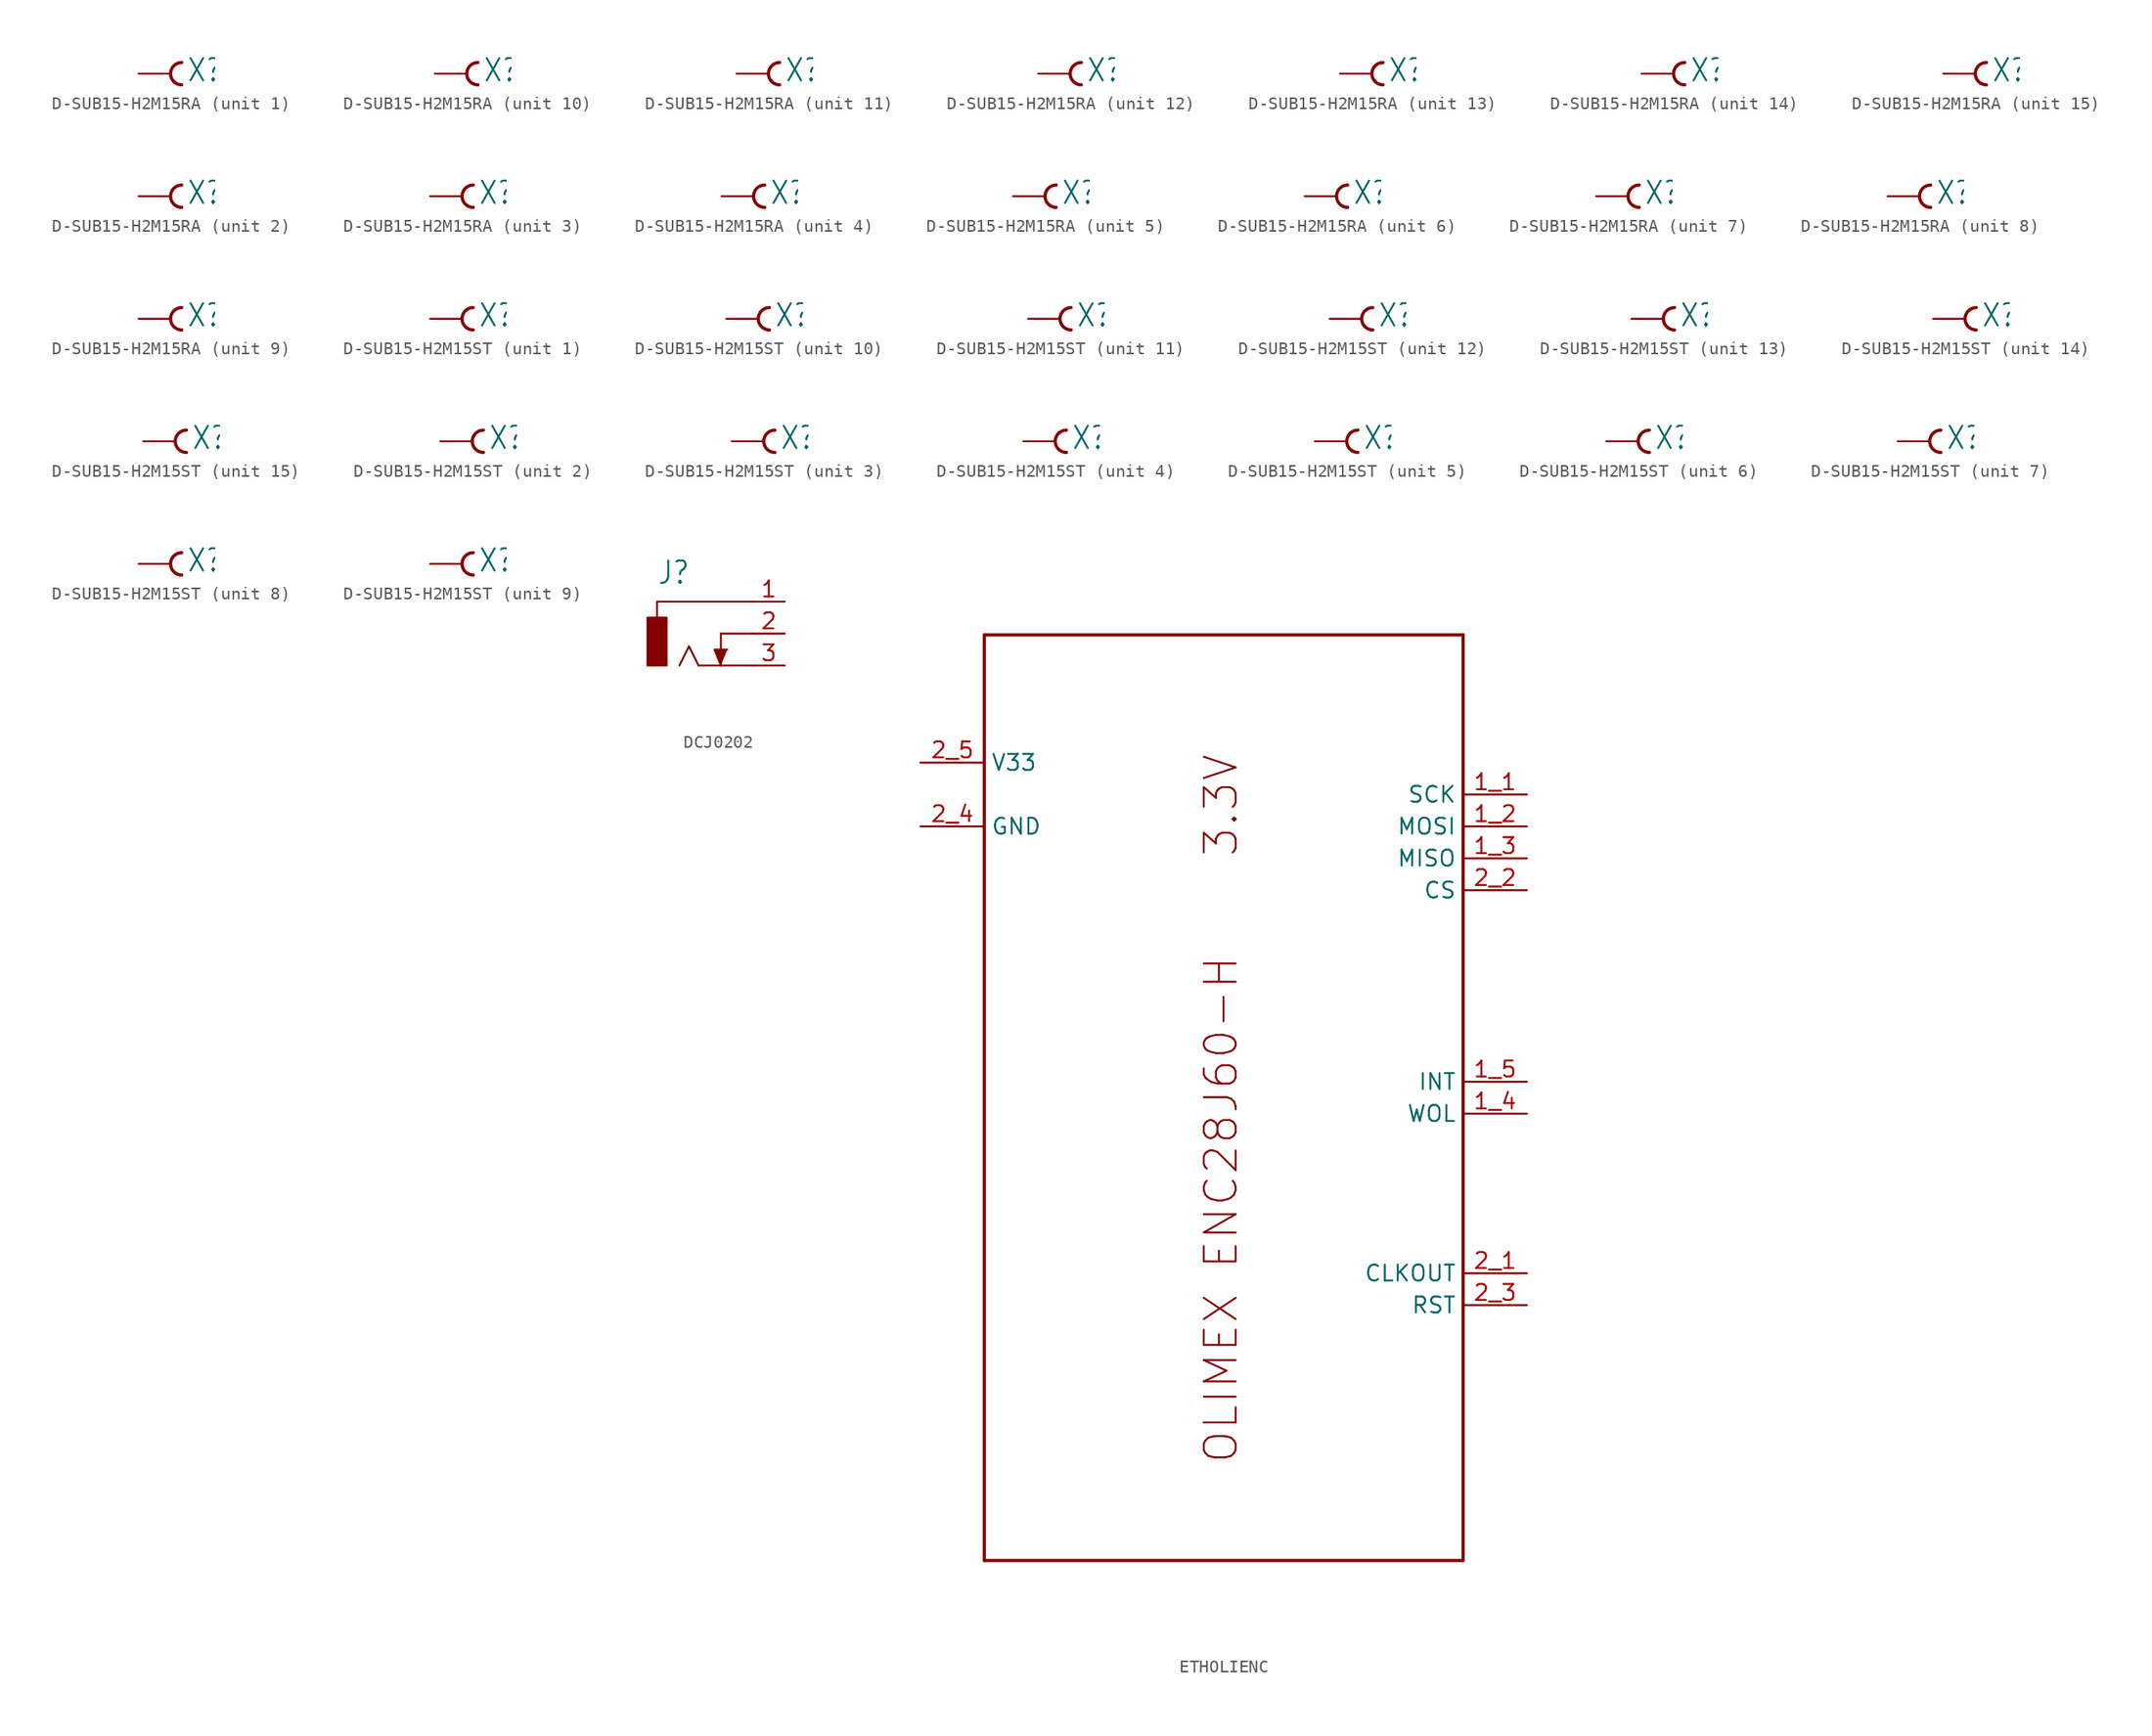
<source format=kicad_sym>
(kicad_symbol_lib
  (version 20220914)
  (generator kicad_symbol_editor)
  (symbol "D-SUB15-H2M15RA"
    (property "Reference" "X"
      (at 1.27 -0.762 0)
      (effects (font (size 1.778 1.511)) (justify left bottom)))
    (property "ki_locked" ""
      (at 0 0 0)
      (effects (font (size 1.27 1.27))))
    (symbol "D-SUB15-H2M15RA_1_0"
      (arc (start 0.889 0.889) (mid 0 0) (end 0.889 -0.889) (stroke (width 0.254) (type solid)) (fill (type none)))
      (pin passive line (at -2.54 0 0) (length 2.54) (name "F" (effects (font (size 0 0)))) (number "1" (effects (font (size 0 0))))))
    (symbol "D-SUB15-H2M15RA_2_0"
      (arc (start 0.889 0.889) (mid 0 0) (end 0.889 -0.889) (stroke (width 0.254) (type solid)) (fill (type none)))
      (pin passive line (at -2.54 0 0) (length 2.54) (name "F" (effects (font (size 0 0)))) (number "2" (effects (font (size 0 0))))))
    (symbol "D-SUB15-H2M15RA_3_0"
      (arc (start 0.889 0.889) (mid 0 0) (end 0.889 -0.889) (stroke (width 0.254) (type solid)) (fill (type none)))
      (pin passive line (at -2.54 0 0) (length 2.54) (name "F" (effects (font (size 0 0)))) (number "3" (effects (font (size 0 0))))))
    (symbol "D-SUB15-H2M15RA_4_0"
      (arc (start 0.889 0.889) (mid 0 0) (end 0.889 -0.889) (stroke (width 0.254) (type solid)) (fill (type none)))
      (pin passive line (at -2.54 0 0) (length 2.54) (name "F" (effects (font (size 0 0)))) (number "4" (effects (font (size 0 0))))))
    (symbol "D-SUB15-H2M15RA_5_0"
      (arc (start 0.889 0.889) (mid 0 0) (end 0.889 -0.889) (stroke (width 0.254) (type solid)) (fill (type none)))
      (pin passive line (at -2.54 0 0) (length 2.54) (name "F" (effects (font (size 0 0)))) (number "5" (effects (font (size 0 0))))))
    (symbol "D-SUB15-H2M15RA_6_0"
      (arc (start 0.889 0.889) (mid 0 0) (end 0.889 -0.889) (stroke (width 0.254) (type solid)) (fill (type none)))
      (pin passive line (at -2.54 0 0) (length 2.54) (name "F" (effects (font (size 0 0)))) (number "6" (effects (font (size 0 0))))))
    (symbol "D-SUB15-H2M15RA_7_0"
      (arc (start 0.889 0.889) (mid 0 0) (end 0.889 -0.889) (stroke (width 0.254) (type solid)) (fill (type none)))
      (pin passive line (at -2.54 0 0) (length 2.54) (name "F" (effects (font (size 0 0)))) (number "7" (effects (font (size 0 0))))))
    (symbol "D-SUB15-H2M15RA_8_0"
      (arc (start 0.889 0.889) (mid 0 0) (end 0.889 -0.889) (stroke (width 0.254) (type solid)) (fill (type none)))
      (pin passive line (at -2.54 0 0) (length 2.54) (name "F" (effects (font (size 0 0)))) (number "8" (effects (font (size 0 0))))))
    (symbol "D-SUB15-H2M15RA_9_0"
      (arc (start 0.889 0.889) (mid 0 0) (end 0.889 -0.889) (stroke (width 0.254) (type solid)) (fill (type none)))
      (pin passive line (at -2.54 0 0) (length 2.54) (name "F" (effects (font (size 0 0)))) (number "9" (effects (font (size 0 0))))))
    (symbol "D-SUB15-H2M15RA_10_0"
      (arc (start 0.889 0.889) (mid 0 0) (end 0.889 -0.889) (stroke (width 0.254) (type solid)) (fill (type none)))
      (pin passive line (at -2.54 0 0) (length 2.54) (name "F" (effects (font (size 0 0)))) (number "10" (effects (font (size 0 0))))))
    (symbol "D-SUB15-H2M15RA_11_0"
      (arc (start 0.889 0.889) (mid 0 0) (end 0.889 -0.889) (stroke (width 0.254) (type solid)) (fill (type none)))
      (pin passive line (at -2.54 0 0) (length 2.54) (name "F" (effects (font (size 0 0)))) (number "11" (effects (font (size 0 0))))))
    (symbol "D-SUB15-H2M15RA_12_0"
      (arc (start 0.889 0.889) (mid 0 0) (end 0.889 -0.889) (stroke (width 0.254) (type solid)) (fill (type none)))
      (pin passive line (at -2.54 0 0) (length 2.54) (name "F" (effects (font (size 0 0)))) (number "12" (effects (font (size 0 0))))))
    (symbol "D-SUB15-H2M15RA_13_0"
      (arc (start 0.889 0.889) (mid 0 0) (end 0.889 -0.889) (stroke (width 0.254) (type solid)) (fill (type none)))
      (pin passive line (at -2.54 0 0) (length 2.54) (name "F" (effects (font (size 0 0)))) (number "13" (effects (font (size 0 0))))))
    (symbol "D-SUB15-H2M15RA_14_0"
      (arc (start 0.889 0.889) (mid 0 0) (end 0.889 -0.889) (stroke (width 0.254) (type solid)) (fill (type none)))
      (pin passive line (at -2.54 0 0) (length 2.54) (name "F" (effects (font (size 0 0)))) (number "14" (effects (font (size 0 0))))))
    (symbol "D-SUB15-H2M15RA_15_0"
      (arc (start 0.889 0.889) (mid 0 0) (end 0.889 -0.889) (stroke (width 0.254) (type solid)) (fill (type none)))
      (pin passive line (at -2.54 0 0) (length 2.54) (name "F" (effects (font (size 0 0)))) (number "15" (effects (font (size 0 0)))))))
  (symbol "D-SUB15-H2M15ST"
    (property "Reference" "X"
      (at 1.27 -0.762 0)
      (effects (font (size 1.778 1.511)) (justify left bottom)))
    (property "ki_locked" ""
      (at 0 0 0)
      (effects (font (size 1.27 1.27))))
    (symbol "D-SUB15-H2M15ST_1_0"
      (arc (start 0.889 0.889) (mid 0 0) (end 0.889 -0.889) (stroke (width 0.254) (type solid)) (fill (type none)))
      (pin passive line (at -2.54 0 0) (length 2.54) (name "F" (effects (font (size 0 0)))) (number "1" (effects (font (size 0 0))))))
    (symbol "D-SUB15-H2M15ST_2_0"
      (arc (start 0.889 0.889) (mid 0 0) (end 0.889 -0.889) (stroke (width 0.254) (type solid)) (fill (type none)))
      (pin passive line (at -2.54 0 0) (length 2.54) (name "F" (effects (font (size 0 0)))) (number "2" (effects (font (size 0 0))))))
    (symbol "D-SUB15-H2M15ST_3_0"
      (arc (start 0.889 0.889) (mid 0 0) (end 0.889 -0.889) (stroke (width 0.254) (type solid)) (fill (type none)))
      (pin passive line (at -2.54 0 0) (length 2.54) (name "F" (effects (font (size 0 0)))) (number "3" (effects (font (size 0 0))))))
    (symbol "D-SUB15-H2M15ST_4_0"
      (arc (start 0.889 0.889) (mid 0 0) (end 0.889 -0.889) (stroke (width 0.254) (type solid)) (fill (type none)))
      (pin passive line (at -2.54 0 0) (length 2.54) (name "F" (effects (font (size 0 0)))) (number "4" (effects (font (size 0 0))))))
    (symbol "D-SUB15-H2M15ST_5_0"
      (arc (start 0.889 0.889) (mid 0 0) (end 0.889 -0.889) (stroke (width 0.254) (type solid)) (fill (type none)))
      (pin passive line (at -2.54 0 0) (length 2.54) (name "F" (effects (font (size 0 0)))) (number "5" (effects (font (size 0 0))))))
    (symbol "D-SUB15-H2M15ST_6_0"
      (arc (start 0.889 0.889) (mid 0 0) (end 0.889 -0.889) (stroke (width 0.254) (type solid)) (fill (type none)))
      (pin passive line (at -2.54 0 0) (length 2.54) (name "F" (effects (font (size 0 0)))) (number "6" (effects (font (size 0 0))))))
    (symbol "D-SUB15-H2M15ST_7_0"
      (arc (start 0.889 0.889) (mid 0 0) (end 0.889 -0.889) (stroke (width 0.254) (type solid)) (fill (type none)))
      (pin passive line (at -2.54 0 0) (length 2.54) (name "F" (effects (font (size 0 0)))) (number "7" (effects (font (size 0 0))))))
    (symbol "D-SUB15-H2M15ST_8_0"
      (arc (start 0.889 0.889) (mid 0 0) (end 0.889 -0.889) (stroke (width 0.254) (type solid)) (fill (type none)))
      (pin passive line (at -2.54 0 0) (length 2.54) (name "F" (effects (font (size 0 0)))) (number "8" (effects (font (size 0 0))))))
    (symbol "D-SUB15-H2M15ST_9_0"
      (arc (start 0.889 0.889) (mid 0 0) (end 0.889 -0.889) (stroke (width 0.254) (type solid)) (fill (type none)))
      (pin passive line (at -2.54 0 0) (length 2.54) (name "F" (effects (font (size 0 0)))) (number "9" (effects (font (size 0 0))))))
    (symbol "D-SUB15-H2M15ST_10_0"
      (arc (start 0.889 0.889) (mid 0 0) (end 0.889 -0.889) (stroke (width 0.254) (type solid)) (fill (type none)))
      (pin passive line (at -2.54 0 0) (length 2.54) (name "F" (effects (font (size 0 0)))) (number "10" (effects (font (size 0 0))))))
    (symbol "D-SUB15-H2M15ST_11_0"
      (arc (start 0.889 0.889) (mid 0 0) (end 0.889 -0.889) (stroke (width 0.254) (type solid)) (fill (type none)))
      (pin passive line (at -2.54 0 0) (length 2.54) (name "F" (effects (font (size 0 0)))) (number "11" (effects (font (size 0 0))))))
    (symbol "D-SUB15-H2M15ST_12_0"
      (arc (start 0.889 0.889) (mid 0 0) (end 0.889 -0.889) (stroke (width 0.254) (type solid)) (fill (type none)))
      (pin passive line (at -2.54 0 0) (length 2.54) (name "F" (effects (font (size 0 0)))) (number "12" (effects (font (size 0 0))))))
    (symbol "D-SUB15-H2M15ST_13_0"
      (arc (start 0.889 0.889) (mid 0 0) (end 0.889 -0.889) (stroke (width 0.254) (type solid)) (fill (type none)))
      (pin passive line (at -2.54 0 0) (length 2.54) (name "F" (effects (font (size 0 0)))) (number "13" (effects (font (size 0 0))))))
    (symbol "D-SUB15-H2M15ST_14_0"
      (arc (start 0.889 0.889) (mid 0 0) (end 0.889 -0.889) (stroke (width 0.254) (type solid)) (fill (type none)))
      (pin passive line (at -2.54 0 0) (length 2.54) (name "F" (effects (font (size 0 0)))) (number "14" (effects (font (size 0 0))))))
    (symbol "D-SUB15-H2M15ST_15_0"
      (arc (start 0.889 0.889) (mid 0 0) (end 0.889 -0.889) (stroke (width 0.254) (type solid)) (fill (type none)))
      (pin passive line (at -2.54 0 0) (length 2.54) (name "F" (effects (font (size 0 0)))) (number "15" (effects (font (size 0 0)))))))
  (symbol "DCJ0202"
    (property "Reference" "J"
      (at -2.54 3.81 0)
      (effects (font (size 1.778 1.511)) (justify left bottom)))
    (property "Value" ""
      (at -2.54 -6.35 0)
      (effects (font (size 1.778 1.511)) (justify left bottom)))
    (property "ki_locked" ""
      (at 0 0 0)
      (effects (font (size 1.27 1.27))))
    (symbol "DCJ0202_1_0"
      (rectangle (start -3.302 -2.54) (end -1.778 1.27) (stroke (width 0) (type default)) (fill (type outline)))
      (polyline (pts (xy -2.54 2.54) (xy -2.54 1.27)) (stroke (width 0.152) (type solid)) (fill (type none)))
      (polyline (pts (xy 0 -1.016) (xy -0.762 -2.54)) (stroke (width 0.152) (type solid)) (fill (type none)))
      (polyline (pts (xy 0.762 -2.54) (xy 0 -1.016)) (stroke (width 0.152) (type solid)) (fill (type none)))
      (polyline (pts (xy 2.54 -2.54) (xy 0.762 -2.54)) (stroke (width 0.152) (type solid)) (fill (type none)))
      (polyline (pts (xy 2.54 0) (xy 2.54 -2.54)) (stroke (width 0.152) (type solid)) (fill (type none)))
      (polyline (pts (xy 5.08 -2.54) (xy 2.54 -2.54)) (stroke (width 0.152) (type solid)) (fill (type none)))
      (polyline (pts (xy 5.08 0) (xy 2.54 0)) (stroke (width 0.152) (type solid)) (fill (type none)))
      (polyline (pts (xy 5.08 2.54) (xy -2.54 2.54)) (stroke (width 0.152) (type solid)) (fill (type none)))
      (polyline (pts (xy 2.54 -2.54) (xy 2.032 -1.27) (xy 3.048 -1.27)) (stroke (width 0.152) (type solid)) (fill (type outline)))
      (pin passive line (at 7.62 2.54 180) (length 2.54) (name "1" (effects (font (size 0 0)))) (number "1" (effects (font (size 1.27 1.27)))))
      (pin passive line (at 7.62 0 180) (length 2.54) (name "2" (effects (font (size 0 0)))) (number "2" (effects (font (size 1.27 1.27)))))
      (pin passive line (at 7.62 -2.54 180) (length 2.54) (name "3" (effects (font (size 0 0)))) (number "3" (effects (font (size 1.27 1.27)))))))
  (symbol "ETHOLIENC"
    (property "Reference" ""
      (at -10.16 38.1 0)
      (effects (font (size 2.54 2.54)) (justify left bottom) hide))
    (property "ki_locked" ""
      (at 0 0 0)
      (effects (font (size 1.27 1.27))))
    (symbol "ETHOLIENC_1_0"
      (polyline (pts (xy -17.78 -35.56) (xy -17.78 38.1)) (stroke (width 0.254) (type solid)) (fill (type none)))
      (polyline (pts (xy -17.78 38.1) (xy 20.32 38.1)) (stroke (width 0.254) (type solid)) (fill (type none)))
      (polyline (pts (xy 20.32 -35.56) (xy -17.78 -35.56)) (stroke (width 0.254) (type solid)) (fill (type none)))
      (polyline (pts (xy 20.32 38.1) (xy 20.32 -35.56)) (stroke (width 0.254) (type solid)) (fill (type none)))
      (text "3.3V" (at 2.54 20.32 900) (effects (font (size 2.54 2.54)) (justify left bottom)))
      (text "OLIMEX ENC28J60-H" (at 2.54 -27.94 900) (effects (font (size 2.54 2.54)) (justify left bottom)))
      (pin bidirectional line (at 25.4 25.4 180) (length 5.08) (name "SCK" (effects (font (size 1.27 1.27)))) (number "1_1" (effects (font (size 1.27 1.27)))))
      (pin bidirectional line (at 25.4 22.86 180) (length 5.08) (name "MOSI" (effects (font (size 1.27 1.27)))) (number "1_2" (effects (font (size 1.27 1.27)))))
      (pin bidirectional line (at 25.4 20.32 180) (length 5.08) (name "MISO" (effects (font (size 1.27 1.27)))) (number "1_3" (effects (font (size 1.27 1.27)))))
      (pin bidirectional line (at 25.4 0 180) (length 5.08) (name "WOL" (effects (font (size 1.27 1.27)))) (number "1_4" (effects (font (size 1.27 1.27)))))
      (pin bidirectional line (at 25.4 2.54 180) (length 5.08) (name "INT" (effects (font (size 1.27 1.27)))) (number "1_5" (effects (font (size 1.27 1.27)))))
      (pin bidirectional line (at 25.4 -12.7 180) (length 5.08) (name "CLKOUT" (effects (font (size 1.27 1.27)))) (number "2_1" (effects (font (size 1.27 1.27)))))
      (pin bidirectional line (at 25.4 17.78 180) (length 5.08) (name "CS" (effects (font (size 1.27 1.27)))) (number "2_2" (effects (font (size 1.27 1.27)))))
      (pin bidirectional line (at 25.4 -15.24 180) (length 5.08) (name "RST" (effects (font (size 1.27 1.27)))) (number "2_3" (effects (font (size 1.27 1.27)))))
      (pin bidirectional line (at -22.86 22.86 0) (length 5.08) (name "GND" (effects (font (size 1.27 1.27)))) (number "2_4" (effects (font (size 1.27 1.27)))))
      (pin bidirectional line (at -22.86 27.94 0) (length 5.08) (name "V33" (effects (font (size 1.27 1.27)))) (number "2_5" (effects (font (size 1.27 1.27))))))))
</source>
